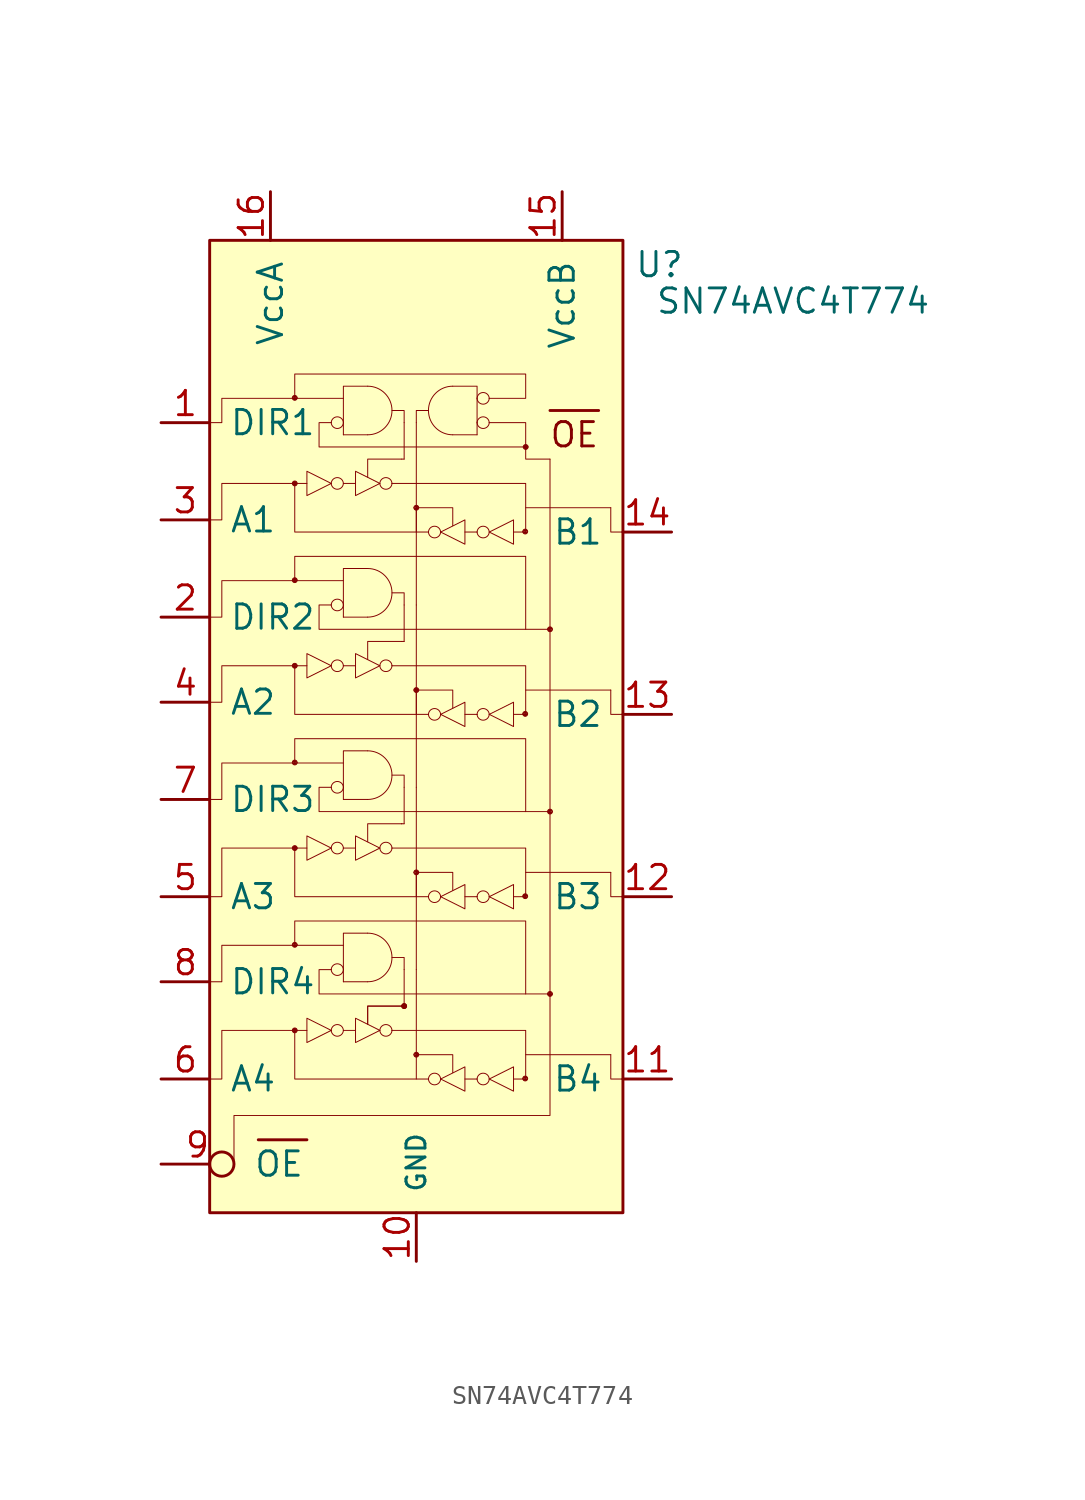
<source format=kicad_sym>
(kicad_symbol_lib
  (version 20211014)
  (generator kicad_symbol_editor)
  (symbol "SN74AVC4T774"
    (pin_names
      (offset 1.016))
    (property "Reference" "U"
      (at 12.7 22.86 0)
      (effects (font (size 1.27 1.27))))
    (property "Value" "SN74AVC4T774"
      (at 19.685 20.955 0)
      (effects (font (size 1.27 1.27))))
    (symbol "SN74AVC4T774_0_0"
      (polyline (pts (xy -9.525 -24.13) (xy -9.525 -21.59) (xy 2.54 -21.59) (xy 6.985 -21.59) (xy 6.985 12.7)) (stroke (width 0.051) (type default) (color 0 0 0 0)) (fill (type none)))
      (text "OE" (at 8.255 13.97 0) (effects (font (size 1.27 1.27)))))
    (symbol "SN74AVC4T774_0_1"
      (rectangle (start -10.795 24.13) (end 10.795 -26.67) (stroke (width 0) (type default) (color 0 0 0 0)) (fill (type background))))
    (symbol "SN74AVC4T774_1_1"
      (arc (start -6.477 -17.145) (mid -6.35 -17.272) (end -6.223 -17.145) (stroke (width 0.0508) (type default) (color 0 0 0 0)) (fill (type outline)))
      (arc (start -6.477 -12.6746) (mid -6.35 -12.8016) (end -6.223 -12.6746) (stroke (width 0.0508) (type default) (color 0 0 0 0)) (fill (type outline)))
      (arc (start -6.477 -7.62) (mid -6.35 -7.747) (end -6.223 -7.62) (stroke (width 0.0508) (type default) (color 0 0 0 0)) (fill (type outline)))
      (arc (start -6.477 -3.1496) (mid -6.35 -3.2766) (end -6.223 -3.1496) (stroke (width 0.0508) (type default) (color 0 0 0 0)) (fill (type outline)))
      (arc (start -6.477 1.905) (mid -6.35 1.778) (end -6.223 1.905) (stroke (width 0.0508) (type default) (color 0 0 0 0)) (fill (type outline)))
      (arc (start -6.477 6.3754) (mid -6.35 6.2484) (end -6.223 6.3754) (stroke (width 0.0508) (type default) (color 0 0 0 0)) (fill (type outline)))
      (arc (start -6.477 11.43) (mid -6.35 11.303) (end -6.223 11.43) (stroke (width 0.0508) (type default) (color 0 0 0 0)) (fill (type outline)))
      (arc (start -6.477 15.9004) (mid -6.35 15.7734) (end -6.223 15.9004) (stroke (width 0.0508) (type default) (color 0 0 0 0)) (fill (type outline)))
      (arc (start -6.223 -17.145) (mid -6.35 -17.018) (end -6.477 -17.145) (stroke (width 0.0508) (type default) (color 0 0 0 0)) (fill (type outline)))
      (arc (start -6.223 -12.6746) (mid -6.35 -12.5476) (end -6.477 -12.6746) (stroke (width 0.0508) (type default) (color 0 0 0 0)) (fill (type outline)))
      (arc (start -6.223 -7.62) (mid -6.35 -7.493) (end -6.477 -7.62) (stroke (width 0.0508) (type default) (color 0 0 0 0)) (fill (type outline)))
      (arc (start -6.223 -3.1496) (mid -6.35 -3.0226) (end -6.477 -3.1496) (stroke (width 0.0508) (type default) (color 0 0 0 0)) (fill (type outline)))
      (arc (start -6.223 1.905) (mid -6.35 2.032) (end -6.477 1.905) (stroke (width 0.0508) (type default) (color 0 0 0 0)) (fill (type outline)))
      (arc (start -6.223 6.3754) (mid -6.35 6.5024) (end -6.477 6.3754) (stroke (width 0.0508) (type default) (color 0 0 0 0)) (fill (type outline)))
      (arc (start -6.223 11.43) (mid -6.35 11.557) (end -6.477 11.43) (stroke (width 0.0508) (type default) (color 0 0 0 0)) (fill (type outline)))
      (arc (start -6.223 15.9004) (mid -6.35 16.0274) (end -6.477 15.9004) (stroke (width 0.0508) (type default) (color 0 0 0 0)) (fill (type outline)))
      (arc (start -4.445 -17.145) (mid -4.1402 -17.4498) (end -3.81 -17.145) (stroke (width 0.0508) (type default) (color 0 0 0 0)) (fill (type none)))
      (arc (start -4.445 -13.97) (mid -4.1402 -14.2748) (end -3.81 -13.97) (stroke (width 0.0508) (type default) (color 0 0 0 0)) (fill (type none)))
      (arc (start -4.445 -7.62) (mid -4.1402 -7.9248) (end -3.81 -7.62) (stroke (width 0.0508) (type default) (color 0 0 0 0)) (fill (type none)))
      (arc (start -4.445 -4.445) (mid -4.1402 -4.7498) (end -3.81 -4.445) (stroke (width 0.0508) (type default) (color 0 0 0 0)) (fill (type none)))
      (arc (start -4.445 1.905) (mid -4.1402 1.6002) (end -3.81 1.905) (stroke (width 0.0508) (type default) (color 0 0 0 0)) (fill (type none)))
      (arc (start -4.445 5.08) (mid -4.1402 4.7752) (end -3.81 5.08) (stroke (width 0.0508) (type default) (color 0 0 0 0)) (fill (type none)))
      (arc (start -4.445 11.43) (mid -4.1402 11.1252) (end -3.81 11.43) (stroke (width 0.0508) (type default) (color 0 0 0 0)) (fill (type none)))
      (arc (start -4.445 14.605) (mid -4.1402 14.3002) (end -3.81 14.605) (stroke (width 0.0508) (type default) (color 0 0 0 0)) (fill (type none)))
      (arc (start -3.81 -17.145) (mid -4.1402 -16.8148) (end -4.445 -17.145) (stroke (width 0.0508) (type default) (color 0 0 0 0)) (fill (type none)))
      (arc (start -3.81 -13.97) (mid -4.1402 -13.6398) (end -4.445 -13.97) (stroke (width 0.0508) (type default) (color 0 0 0 0)) (fill (type none)))
      (arc (start -3.81 -7.62) (mid -4.1402 -7.2898) (end -4.445 -7.62) (stroke (width 0.0508) (type default) (color 0 0 0 0)) (fill (type none)))
      (arc (start -3.81 -4.445) (mid -4.1402 -4.1148) (end -4.445 -4.445) (stroke (width 0.0508) (type default) (color 0 0 0 0)) (fill (type none)))
      (arc (start -3.81 1.905) (mid -4.1402 2.2352) (end -4.445 1.905) (stroke (width 0.0508) (type default) (color 0 0 0 0)) (fill (type none)))
      (arc (start -3.81 5.08) (mid -4.1402 5.4102) (end -4.445 5.08) (stroke (width 0.0508) (type default) (color 0 0 0 0)) (fill (type none)))
      (arc (start -3.81 11.43) (mid -4.1402 11.7602) (end -4.445 11.43) (stroke (width 0.0508) (type default) (color 0 0 0 0)) (fill (type none)))
      (arc (start -3.81 14.605) (mid -4.1402 14.9352) (end -4.445 14.605) (stroke (width 0.0508) (type default) (color 0 0 0 0)) (fill (type none)))
      (arc (start -2.54 -14.605) (mid -1.27 -13.335) (end -2.54 -12.065) (stroke (width 0.0508) (type default) (color 0 0 0 0)) (fill (type none)))
      (arc (start -2.54 -5.08) (mid -1.27 -3.81) (end -2.54 -2.54) (stroke (width 0.0508) (type default) (color 0 0 0 0)) (fill (type none)))
      (arc (start -2.54 4.445) (mid -1.27 5.715) (end -2.54 6.985) (stroke (width 0.0508) (type default) (color 0 0 0 0)) (fill (type none)))
      (arc (start -2.54 13.97) (mid -1.27 15.24) (end -2.54 16.51) (stroke (width 0.0508) (type default) (color 0 0 0 0)) (fill (type none)))
      (arc (start -1.905 -17.145) (mid -1.6002 -17.4498) (end -1.27 -17.145) (stroke (width 0.0508) (type default) (color 0 0 0 0)) (fill (type none)))
      (arc (start -1.905 -7.62) (mid -1.6002 -7.9248) (end -1.27 -7.62) (stroke (width 0.0508) (type default) (color 0 0 0 0)) (fill (type none)))
      (arc (start -1.905 1.905) (mid -1.6002 1.6002) (end -1.27 1.905) (stroke (width 0.0508) (type default) (color 0 0 0 0)) (fill (type none)))
      (arc (start -1.905 11.43) (mid -1.6002 11.1252) (end -1.27 11.43) (stroke (width 0.0508) (type default) (color 0 0 0 0)) (fill (type none)))
      (arc (start -1.27 -17.145) (mid -1.6002 -16.8148) (end -1.905 -17.145) (stroke (width 0.0508) (type default) (color 0 0 0 0)) (fill (type none)))
      (arc (start -1.27 -7.62) (mid -1.6002 -7.2898) (end -1.905 -7.62) (stroke (width 0.0508) (type default) (color 0 0 0 0)) (fill (type none)))
      (arc (start -1.27 1.905) (mid -1.6002 2.2352) (end -1.905 1.905) (stroke (width 0.0508) (type default) (color 0 0 0 0)) (fill (type none)))
      (arc (start -1.27 11.43) (mid -1.6002 11.7602) (end -1.905 11.43) (stroke (width 0.0508) (type default) (color 0 0 0 0)) (fill (type none)))
      (arc (start -0.762 -15.875) (mid -0.762 -15.875) (end -0.762 -15.875) (stroke (width 0.0508) (type default) (color 0 0 0 0)) (fill (type none)))
      (arc (start -0.762 -15.875) (mid -0.762 -15.875) (end -0.762 -15.875) (stroke (width 0.0508) (type default) (color 0 0 0 0)) (fill (type none)))
      (arc (start -0.762 -15.875) (mid -0.762 -15.875) (end -0.762 -15.875) (stroke (width 0.0508) (type default) (color 0 0 0 0)) (fill (type none)))
      (arc (start -0.762 -15.875) (mid -0.635 -16.002) (end -0.508 -15.875) (stroke (width 0.0508) (type default) (color 0 0 0 0)) (fill (type outline)))
      (arc (start -0.762 -15.875) (mid -0.635 -16.002) (end -0.508 -15.875) (stroke (width 0.0508) (type default) (color 0 0 0 0)) (fill (type outline)))
      (arc (start -0.762 -6.35) (mid -0.762 -6.35) (end -0.762 -6.35) (stroke (width 0.0508) (type default) (color 0 0 0 0)) (fill (type none)))
      (arc (start -0.762 -6.35) (mid -0.762 -6.35) (end -0.762 -6.35) (stroke (width 0.0508) (type default) (color 0 0 0 0)) (fill (type none)))
      (arc (start -0.762 3.175) (mid -0.762 3.175) (end -0.762 3.175) (stroke (width 0.0508) (type default) (color 0 0 0 0)) (fill (type none)))
      (arc (start -0.762 12.7) (mid -0.762 12.7) (end -0.762 12.7) (stroke (width 0.0508) (type default) (color 0 0 0 0)) (fill (type none)))
      (arc (start -0.508 -15.875) (mid -0.635 -15.748) (end -0.762 -15.875) (stroke (width 0.0508) (type default) (color 0 0 0 0)) (fill (type outline)))
      (arc (start -0.508 -15.875) (mid -0.635 -15.748) (end -0.762 -15.875) (stroke (width 0.0508) (type default) (color 0 0 0 0)) (fill (type outline)))
      (arc (start -0.127 -18.415) (mid 0 -18.542) (end 0.127 -18.415) (stroke (width 0.0508) (type default) (color 0 0 0 0)) (fill (type outline)))
      (arc (start -0.127 -8.89) (mid 0 -9.017) (end 0.127 -8.89) (stroke (width 0.0508) (type default) (color 0 0 0 0)) (fill (type outline)))
      (arc (start -0.127 0.635) (mid 0 0.508) (end 0.127 0.635) (stroke (width 0.0508) (type default) (color 0 0 0 0)) (fill (type outline)))
      (arc (start -0.127 10.16) (mid 0 10.033) (end 0.127 10.16) (stroke (width 0.0508) (type default) (color 0 0 0 0)) (fill (type outline)))
      (polyline (pts (xy -8.255 -22.86) (xy -5.715 -22.86)) (stroke (width 0) (type default) (color 0 0 0 0)) (fill (type none)))
      (polyline (pts (xy -3.81 -17.145) (xy -3.175 -17.145)) (stroke (width 0.051) (type default) (color 0 0 0 0)) (fill (type none)))
      (polyline (pts (xy -3.81 -14.605) (xy -2.54 -14.605)) (stroke (width 0.051) (type default) (color 0 0 0 0)) (fill (type none)))
      (polyline (pts (xy -3.81 -7.62) (xy -3.175 -7.62)) (stroke (width 0.051) (type default) (color 0 0 0 0)) (fill (type none)))
      (polyline (pts (xy -3.81 -5.08) (xy -2.54 -5.08)) (stroke (width 0.051) (type default) (color 0 0 0 0)) (fill (type none)))
      (polyline (pts (xy -3.81 1.905) (xy -3.175 1.905)) (stroke (width 0.051) (type default) (color 0 0 0 0)) (fill (type none)))
      (polyline (pts (xy -3.81 4.445) (xy -2.54 4.445)) (stroke (width 0.051) (type default) (color 0 0 0 0)) (fill (type none)))
      (polyline (pts (xy -3.81 11.43) (xy -3.175 11.43)) (stroke (width 0.051) (type default) (color 0 0 0 0)) (fill (type none)))
      (polyline (pts (xy -3.81 13.97) (xy -2.54 13.97)) (stroke (width 0.051) (type default) (color 0 0 0 0)) (fill (type none)))
      (polyline (pts (xy -0.635 -13.97) (xy -0.635 -15.875)) (stroke (width 0.051) (type default) (color 0 0 0 0)) (fill (type none)))
      (polyline (pts (xy -0.635 -4.445) (xy -0.635 -6.35)) (stroke (width 0.051) (type default) (color 0 0 0 0)) (fill (type none)))
      (polyline (pts (xy -0.635 5.08) (xy -0.635 3.175)) (stroke (width 0.051) (type default) (color 0 0 0 0)) (fill (type none)))
      (polyline (pts (xy -0.635 14.605) (xy -0.635 12.7)) (stroke (width 0.051) (type default) (color 0 0 0 0)) (fill (type none)))
      (polyline (pts (xy 0 -13.97) (xy 0 -19.685)) (stroke (width 0.051) (type default) (color 0 0 0 0)) (fill (type none)))
      (polyline (pts (xy 0 -4.445) (xy 0 -10.16)) (stroke (width 0.051) (type default) (color 0 0 0 0)) (fill (type none)))
      (polyline (pts (xy 0 5.08) (xy 0 -0.635)) (stroke (width 0.051) (type default) (color 0 0 0 0)) (fill (type none)))
      (polyline (pts (xy 0 14.605) (xy 0 8.89)) (stroke (width 0.051) (type default) (color 0 0 0 0)) (fill (type none)))
      (polyline (pts (xy 3.175 -19.685) (xy 2.54 -19.685)) (stroke (width 0.051) (type default) (color 0 0 0 0)) (fill (type none)))
      (polyline (pts (xy 3.175 -10.16) (xy 2.54 -10.16)) (stroke (width 0.051) (type default) (color 0 0 0 0)) (fill (type none)))
      (polyline (pts (xy 3.175 -0.635) (xy 2.54 -0.635)) (stroke (width 0.051) (type default) (color 0 0 0 0)) (fill (type none)))
      (polyline (pts (xy 3.175 8.89) (xy 2.54 8.89)) (stroke (width 0.051) (type default) (color 0 0 0 0)) (fill (type none)))
      (polyline (pts (xy 3.175 13.97) (xy 1.905 13.97)) (stroke (width 0.051) (type default) (color 0 0 0 0)) (fill (type none)))
      (polyline (pts (xy 6.985 15.24) (xy 9.525 15.24)) (stroke (width 0) (type default) (color 0 0 0 0)) (fill (type none)))
      (polyline (pts (xy -3.81 -14.605) (xy -3.81 -12.065) (xy -2.54 -12.065)) (stroke (width 0.051) (type default) (color 0 0 0 0)) (fill (type none)))
      (polyline (pts (xy -3.81 -5.08) (xy -3.81 -2.54) (xy -2.54 -2.54)) (stroke (width 0.051) (type default) (color 0 0 0 0)) (fill (type none)))
      (polyline (pts (xy -3.81 4.445) (xy -3.81 6.985) (xy -2.54 6.985)) (stroke (width 0.051) (type default) (color 0 0 0 0)) (fill (type none)))
      (polyline (pts (xy -3.81 13.97) (xy -3.81 16.51) (xy -2.54 16.51)) (stroke (width 0.051) (type default) (color 0 0 0 0)) (fill (type none)))
      (polyline (pts (xy -2.54 -16.815) (xy -2.54 -15.875) (xy -0.635 -15.875)) (stroke (width 0.051) (type default) (color 0 0 0 0)) (fill (type none)))
      (polyline (pts (xy -2.54 -16.815) (xy -2.54 -15.875) (xy -0.635 -15.875)) (stroke (width 0.051) (type default) (color 0 0 0 0)) (fill (type none)))
      (polyline (pts (xy -2.54 -7.29) (xy -2.54 -6.35) (xy -0.635 -6.35)) (stroke (width 0.051) (type default) (color 0 0 0 0)) (fill (type none)))
      (polyline (pts (xy -2.54 2.235) (xy -2.54 3.175) (xy -0.635 3.175)) (stroke (width 0.051) (type default) (color 0 0 0 0)) (fill (type none)))
      (polyline (pts (xy -2.54 11.76) (xy -2.54 12.7) (xy -0.635 12.7)) (stroke (width 0.051) (type default) (color 0 0 0 0)) (fill (type none)))
      (polyline (pts (xy -1.27 -17.145) (xy 5.715 -17.145) (xy 5.715 -18.415)) (stroke (width 0.051) (type default) (color 0 0 0 0)) (fill (type none)))
      (polyline (pts (xy -1.27 -7.62) (xy 5.715 -7.62) (xy 5.715 -8.89)) (stroke (width 0.051) (type default) (color 0 0 0 0)) (fill (type none)))
      (polyline (pts (xy -1.27 1.905) (xy 5.715 1.905) (xy 5.715 0.635)) (stroke (width 0.051) (type default) (color 0 0 0 0)) (fill (type none)))
      (polyline (pts (xy -1.27 11.43) (xy 5.715 11.43) (xy 5.715 10.16)) (stroke (width 0.051) (type default) (color 0 0 0 0)) (fill (type none)))
      (polyline (pts (xy -0.635 -13.97) (xy -0.635 -13.335) (xy -1.27 -13.335)) (stroke (width 0.051) (type default) (color 0 0 0 0)) (fill (type none)))
      (polyline (pts (xy -0.635 -4.445) (xy -0.635 -3.81) (xy -1.27 -3.81)) (stroke (width 0.051) (type default) (color 0 0 0 0)) (fill (type none)))
      (polyline (pts (xy -0.635 5.08) (xy -0.635 5.715) (xy -1.27 5.715)) (stroke (width 0.051) (type default) (color 0 0 0 0)) (fill (type none)))
      (polyline (pts (xy -0.635 14.605) (xy -0.635 15.24) (xy -1.27 15.24)) (stroke (width 0.051) (type default) (color 0 0 0 0)) (fill (type none)))
      (polyline (pts (xy 0 -13.97) (xy 0 -13.335) (xy 0 -8.89)) (stroke (width 0.051) (type default) (color 0 0 0 0)) (fill (type none)))
      (polyline (pts (xy 0 -4.445) (xy 0 -3.81) (xy 0 0.635)) (stroke (width 0.051) (type default) (color 0 0 0 0)) (fill (type none)))
      (polyline (pts (xy 0 5.08) (xy 0 5.715) (xy 0 10.16)) (stroke (width 0.051) (type default) (color 0 0 0 0)) (fill (type none)))
      (polyline (pts (xy 0 14.605) (xy 0 15.24) (xy 0.635 15.24)) (stroke (width 0.051) (type default) (color 0 0 0 0)) (fill (type none)))
      (polyline (pts (xy 0.635 -19.685) (xy -6.35 -19.685) (xy -6.35 -17.145)) (stroke (width 0.051) (type default) (color 0 0 0 0)) (fill (type none)))
      (polyline (pts (xy 0.635 -10.16) (xy -6.35 -10.16) (xy -6.35 -7.62)) (stroke (width 0.051) (type default) (color 0 0 0 0)) (fill (type none)))
      (polyline (pts (xy 0.635 -0.635) (xy -6.35 -0.635) (xy -6.35 1.905)) (stroke (width 0.051) (type default) (color 0 0 0 0)) (fill (type none)))
      (polyline (pts (xy 0.635 8.89) (xy -6.35 8.89) (xy -6.35 11.43)) (stroke (width 0.051) (type default) (color 0 0 0 0)) (fill (type none)))
      (polyline (pts (xy 1.905 -19.355) (xy 1.905 -18.415) (xy 0 -18.415)) (stroke (width 0.051) (type default) (color 0 0 0 0)) (fill (type none)))
      (polyline (pts (xy 1.905 -9.83) (xy 1.905 -8.89) (xy 0 -8.89)) (stroke (width 0.051) (type default) (color 0 0 0 0)) (fill (type none)))
      (polyline (pts (xy 1.905 -0.305) (xy 1.905 0.635) (xy 0 0.635)) (stroke (width 0.051) (type default) (color 0 0 0 0)) (fill (type none)))
      (polyline (pts (xy 1.905 9.22) (xy 1.905 10.16) (xy 0 10.16)) (stroke (width 0.051) (type default) (color 0 0 0 0)) (fill (type none)))
      (polyline (pts (xy 3.175 13.97) (xy 3.175 16.51) (xy 1.905 16.51)) (stroke (width 0.051) (type default) (color 0 0 0 0)) (fill (type none)))
      (polyline (pts (xy 10.16 -18.415) (xy 10.16 -19.685) (xy 10.795 -19.685)) (stroke (width 0.051) (type default) (color 0 0 0 0)) (fill (type none)))
      (polyline (pts (xy 10.16 -8.89) (xy 10.16 -10.16) (xy 10.795 -10.16)) (stroke (width 0.051) (type default) (color 0 0 0 0)) (fill (type none)))
      (polyline (pts (xy 10.16 0.635) (xy 10.16 -0.635) (xy 10.795 -0.635)) (stroke (width 0.051) (type default) (color 0 0 0 0)) (fill (type none)))
      (polyline (pts (xy 10.16 10.16) (xy 10.16 8.89) (xy 10.795 8.89)) (stroke (width 0.051) (type default) (color 0 0 0 0)) (fill (type none)))
      (polyline (pts (xy -10.795 -19.685) (xy -10.16 -19.685) (xy -10.16 -17.145) (xy -5.715 -17.145)) (stroke (width 0.051) (type default) (color 0 0 0 0)) (fill (type none)))
      (polyline (pts (xy -10.795 -10.16) (xy -10.16 -10.16) (xy -10.16 -7.62) (xy -5.715 -7.62)) (stroke (width 0.051) (type default) (color 0 0 0 0)) (fill (type none)))
      (polyline (pts (xy -10.795 0) (xy -10.16 0) (xy -10.16 1.905) (xy -5.715 1.905)) (stroke (width 0.051) (type default) (color 0 0 0 0)) (fill (type none)))
      (polyline (pts (xy -10.795 9.525) (xy -10.16 9.525) (xy -10.16 11.43) (xy -5.715 11.43)) (stroke (width 0.051) (type default) (color 0 0 0 0)) (fill (type none)))
      (polyline (pts (xy -5.715 -16.51) (xy -5.715 -17.78) (xy -4.445 -17.145) (xy -5.715 -16.51)) (stroke (width 0.051) (type default) (color 0 0 0 0)) (fill (type none)))
      (polyline (pts (xy -5.715 -6.985) (xy -5.715 -8.255) (xy -4.445 -7.62) (xy -5.715 -6.985)) (stroke (width 0.051) (type default) (color 0 0 0 0)) (fill (type none)))
      (polyline (pts (xy -5.715 2.54) (xy -5.715 1.27) (xy -4.445 1.905) (xy -5.715 2.54)) (stroke (width 0.051) (type default) (color 0 0 0 0)) (fill (type none)))
      (polyline (pts (xy -5.715 12.065) (xy -5.715 10.795) (xy -4.445 11.43) (xy -5.715 12.065)) (stroke (width 0.051) (type default) (color 0 0 0 0)) (fill (type none)))
      (polyline (pts (xy -3.81 -12.7) (xy -10.16 -12.7) (xy -10.16 -14.605) (xy -10.795 -14.605)) (stroke (width 0.051) (type default) (color 0 0 0 0)) (fill (type none)))
      (polyline (pts (xy -3.81 -3.175) (xy -10.16 -3.175) (xy -10.16 -5.08) (xy -10.795 -5.08)) (stroke (width 0.051) (type default) (color 0 0 0 0)) (fill (type none)))
      (polyline (pts (xy -3.81 6.35) (xy -10.16 6.35) (xy -10.16 4.445) (xy -10.795 4.445)) (stroke (width 0.051) (type default) (color 0 0 0 0)) (fill (type none)))
      (polyline (pts (xy -3.81 15.875) (xy -10.16 15.875) (xy -10.16 14.605) (xy -10.795 14.605)) (stroke (width 0.051) (type default) (color 0 0 0 0)) (fill (type none)))
      (polyline (pts (xy -3.175 -16.51) (xy -3.175 -17.78) (xy -1.905 -17.145) (xy -3.175 -16.51)) (stroke (width 0.051) (type default) (color 0 0 0 0)) (fill (type none)))
      (polyline (pts (xy -3.175 -6.985) (xy -3.175 -8.255) (xy -1.905 -7.62) (xy -3.175 -6.985)) (stroke (width 0.051) (type default) (color 0 0 0 0)) (fill (type none)))
      (polyline (pts (xy -3.175 2.54) (xy -3.175 1.27) (xy -1.905 1.905) (xy -3.175 2.54)) (stroke (width 0.051) (type default) (color 0 0 0 0)) (fill (type none)))
      (polyline (pts (xy -3.175 12.065) (xy -3.175 10.795) (xy -1.905 11.43) (xy -3.175 12.065)) (stroke (width 0.051) (type default) (color 0 0 0 0)) (fill (type none)))
      (polyline (pts (xy 2.54 -20.32) (xy 2.54 -19.05) (xy 1.27 -19.685) (xy 2.54 -20.32)) (stroke (width 0.051) (type default) (color 0 0 0 0)) (fill (type none)))
      (polyline (pts (xy 2.54 -10.795) (xy 2.54 -9.525) (xy 1.27 -10.16) (xy 2.54 -10.795)) (stroke (width 0.051) (type default) (color 0 0 0 0)) (fill (type none)))
      (polyline (pts (xy 2.54 -1.27) (xy 2.54 0) (xy 1.27 -0.635) (xy 2.54 -1.27)) (stroke (width 0.051) (type default) (color 0 0 0 0)) (fill (type none)))
      (polyline (pts (xy 2.54 8.255) (xy 2.54 9.525) (xy 1.27 8.89) (xy 2.54 8.255)) (stroke (width 0.051) (type default) (color 0 0 0 0)) (fill (type none)))
      (polyline (pts (xy 5.08 -20.32) (xy 5.08 -19.05) (xy 3.81 -19.685) (xy 5.08 -20.32)) (stroke (width 0.051) (type default) (color 0 0 0 0)) (fill (type none)))
      (polyline (pts (xy 5.08 -10.795) (xy 5.08 -9.525) (xy 3.81 -10.16) (xy 5.08 -10.795)) (stroke (width 0.051) (type default) (color 0 0 0 0)) (fill (type none)))
      (polyline (pts (xy 5.08 -1.27) (xy 5.08 0) (xy 3.81 -0.635) (xy 5.08 -1.27)) (stroke (width 0.051) (type default) (color 0 0 0 0)) (fill (type none)))
      (polyline (pts (xy 5.08 8.255) (xy 5.08 9.525) (xy 3.81 8.89) (xy 5.08 8.255)) (stroke (width 0.051) (type default) (color 0 0 0 0)) (fill (type none)))
      (polyline (pts (xy 5.715 13.335) (xy -5.08 13.335) (xy -5.08 14.605) (xy -4.445 14.605)) (stroke (width 0.051) (type default) (color 0 0 0 0)) (fill (type none)))
      (polyline (pts (xy 6.858 -15.24) (xy -5.08 -15.24) (xy -5.08 -13.97) (xy -4.445 -13.97)) (stroke (width 0.051) (type default) (color 0 0 0 0)) (fill (type none)))
      (polyline (pts (xy 6.985 -5.715) (xy -5.08 -5.715) (xy -5.08 -4.445) (xy -4.445 -4.445)) (stroke (width 0.051) (type default) (color 0 0 0 0)) (fill (type none)))
      (polyline (pts (xy 6.985 3.81) (xy -5.08 3.81) (xy -5.08 5.08) (xy -4.445 5.08)) (stroke (width 0.051) (type default) (color 0 0 0 0)) (fill (type none)))
      (polyline (pts (xy 3.81 14.605) (xy 5.715 14.605) (xy 5.715 13.335) (xy 5.715 12.7) (xy 6.985 12.7)) (stroke (width 0.051) (type default) (color 0 0 0 0)) (fill (type none)))
      (polyline (pts (xy 5.08 -19.685) (xy 5.715 -19.685) (xy 5.715 -18.415) (xy 6.985 -18.415) (xy 10.16 -18.415)) (stroke (width 0.051) (type default) (color 0 0 0 0)) (fill (type none)))
      (polyline (pts (xy 5.08 -10.16) (xy 5.715 -10.16) (xy 5.715 -8.89) (xy 6.35 -8.89) (xy 10.16 -8.89)) (stroke (width 0.051) (type default) (color 0 0 0 0)) (fill (type none)))
      (polyline (pts (xy 5.08 -0.635) (xy 5.715 -0.635) (xy 5.715 0.635) (xy 6.985 0.635) (xy 10.16 0.635)) (stroke (width 0.051) (type default) (color 0 0 0 0)) (fill (type none)))
      (polyline (pts (xy 5.08 8.89) (xy 5.715 8.89) (xy 5.715 10.16) (xy 6.985 10.16) (xy 10.16 10.16)) (stroke (width 0.051) (type default) (color 0 0 0 0)) (fill (type none)))
      (polyline (pts (xy 5.715 -15.24) (xy 5.715 -12.7) (xy 5.715 -11.43) (xy -6.35 -11.43) (xy -6.35 -12.7)) (stroke (width 0.051) (type default) (color 0 0 0 0)) (fill (type none)))
      (polyline (pts (xy 5.715 -5.715) (xy 5.715 -3.175) (xy 5.715 -1.905) (xy -6.35 -1.905) (xy -6.35 -3.175)) (stroke (width 0.051) (type default) (color 0 0 0 0)) (fill (type none)))
      (polyline (pts (xy 3.81 15.875) (xy 5.715 15.875) (xy 5.715 17.145) (xy 0 17.145) (xy -6.35 17.145) (xy -6.35 15.875)) (stroke (width 0.051) (type default) (color 0 0 0 0)) (fill (type none)))
      (polyline (pts (xy 5.715 3.81) (xy 5.715 6.35) (xy 5.715 7.62) (xy -2.54 7.62) (xy -6.35 7.62) (xy -6.35 6.35)) (stroke (width 0.051) (type default) (color 0 0 0 0)) (fill (type none)))
      (arc (start 0.127 -18.415) (mid 0 -18.288) (end -0.127 -18.415) (stroke (width 0.0508) (type default) (color 0 0 0 0)) (fill (type outline)))
      (arc (start 0.127 -8.89) (mid 0 -8.763) (end -0.127 -8.89) (stroke (width 0.0508) (type default) (color 0 0 0 0)) (fill (type outline)))
      (arc (start 0.127 0.635) (mid 0 0.762) (end -0.127 0.635) (stroke (width 0.0508) (type default) (color 0 0 0 0)) (fill (type outline)))
      (arc (start 0.127 10.16) (mid 0 10.287) (end -0.127 10.16) (stroke (width 0.0508) (type default) (color 0 0 0 0)) (fill (type outline)))
      (arc (start 0.635 -19.685) (mid 0.9652 -20.0152) (end 1.27 -19.685) (stroke (width 0.0508) (type default) (color 0 0 0 0)) (fill (type none)))
      (arc (start 0.635 -10.16) (mid 0.9652 -10.4902) (end 1.27 -10.16) (stroke (width 0.0508) (type default) (color 0 0 0 0)) (fill (type none)))
      (arc (start 0.635 -0.635) (mid 0.9652 -0.9652) (end 1.27 -0.635) (stroke (width 0.0508) (type default) (color 0 0 0 0)) (fill (type none)))
      (arc (start 0.635 8.89) (mid 0.9652 8.5598) (end 1.27 8.89) (stroke (width 0.0508) (type default) (color 0 0 0 0)) (fill (type none)))
      (arc (start 1.27 -19.685) (mid 0.9652 -19.3802) (end 0.635 -19.685) (stroke (width 0.0508) (type default) (color 0 0 0 0)) (fill (type none)))
      (arc (start 1.27 -10.16) (mid 0.9652 -9.8552) (end 0.635 -10.16) (stroke (width 0.0508) (type default) (color 0 0 0 0)) (fill (type none)))
      (arc (start 1.27 -0.635) (mid 0.9652 -0.3302) (end 0.635 -0.635) (stroke (width 0.0508) (type default) (color 0 0 0 0)) (fill (type none)))
      (arc (start 1.27 8.89) (mid 0.9652 9.1948) (end 0.635 8.89) (stroke (width 0.0508) (type default) (color 0 0 0 0)) (fill (type none)))
      (arc (start 1.905 16.51) (mid 0.635 15.24) (end 1.905 13.97) (stroke (width 0.0508) (type default) (color 0 0 0 0)) (fill (type none)))
      (arc (start 3.175 -19.685) (mid 3.5052 -20.0152) (end 3.81 -19.685) (stroke (width 0.0508) (type default) (color 0 0 0 0)) (fill (type none)))
      (arc (start 3.175 -10.16) (mid 3.5052 -10.4902) (end 3.81 -10.16) (stroke (width 0.0508) (type default) (color 0 0 0 0)) (fill (type none)))
      (arc (start 3.175 -0.635) (mid 3.5052 -0.9652) (end 3.81 -0.635) (stroke (width 0.0508) (type default) (color 0 0 0 0)) (fill (type none)))
      (arc (start 3.175 8.89) (mid 3.5052 8.5598) (end 3.81 8.89) (stroke (width 0.0508) (type default) (color 0 0 0 0)) (fill (type none)))
      (arc (start 3.175 14.605) (mid 3.5052 14.2748) (end 3.81 14.605) (stroke (width 0.0508) (type default) (color 0 0 0 0)) (fill (type none)))
      (arc (start 3.175 15.875) (mid 3.5052 15.5448) (end 3.81 15.875) (stroke (width 0.0508) (type default) (color 0 0 0 0)) (fill (type none)))
      (arc (start 3.81 -19.685) (mid 3.5052 -19.3802) (end 3.175 -19.685) (stroke (width 0.0508) (type default) (color 0 0 0 0)) (fill (type none)))
      (arc (start 3.81 -10.16) (mid 3.5052 -9.8552) (end 3.175 -10.16) (stroke (width 0.0508) (type default) (color 0 0 0 0)) (fill (type none)))
      (arc (start 3.81 -0.635) (mid 3.5052 -0.3302) (end 3.175 -0.635) (stroke (width 0.0508) (type default) (color 0 0 0 0)) (fill (type none)))
      (arc (start 3.81 8.89) (mid 3.5052 9.1948) (end 3.175 8.89) (stroke (width 0.0508) (type default) (color 0 0 0 0)) (fill (type none)))
      (arc (start 3.81 14.605) (mid 3.5052 14.9098) (end 3.175 14.605) (stroke (width 0.0508) (type default) (color 0 0 0 0)) (fill (type none)))
      (arc (start 3.81 15.875) (mid 3.5052 16.1798) (end 3.175 15.875) (stroke (width 0.0508) (type default) (color 0 0 0 0)) (fill (type none)))
      (arc (start 5.5626 -19.6596) (mid 5.6896 -19.7866) (end 5.8166 -19.6596) (stroke (width 0.0508) (type default) (color 0 0 0 0)) (fill (type outline)))
      (arc (start 5.5626 -10.1346) (mid 5.6896 -10.2616) (end 5.8166 -10.1346) (stroke (width 0.0508) (type default) (color 0 0 0 0)) (fill (type outline)))
      (arc (start 5.5626 -0.6096) (mid 5.6896 -0.7366) (end 5.8166 -0.6096) (stroke (width 0.0508) (type default) (color 0 0 0 0)) (fill (type outline)))
      (arc (start 5.5626 8.9154) (mid 5.6896 8.7884) (end 5.8166 8.9154) (stroke (width 0.0508) (type default) (color 0 0 0 0)) (fill (type outline)))
      (arc (start 5.588 13.335) (mid 5.715 13.208) (end 5.842 13.335) (stroke (width 0.0508) (type default) (color 0 0 0 0)) (fill (type outline)))
      (arc (start 5.8166 -19.6596) (mid 5.6896 -19.5326) (end 5.5626 -19.6596) (stroke (width 0.0508) (type default) (color 0 0 0 0)) (fill (type outline)))
      (arc (start 5.8166 -10.1346) (mid 5.6896 -10.0076) (end 5.5626 -10.1346) (stroke (width 0.0508) (type default) (color 0 0 0 0)) (fill (type outline)))
      (arc (start 5.8166 -0.6096) (mid 5.6896 -0.4826) (end 5.5626 -0.6096) (stroke (width 0.0508) (type default) (color 0 0 0 0)) (fill (type outline)))
      (arc (start 5.8166 8.9154) (mid 5.6896 9.0424) (end 5.5626 8.9154) (stroke (width 0.0508) (type default) (color 0 0 0 0)) (fill (type outline)))
      (arc (start 5.842 13.335) (mid 5.715 13.462) (end 5.588 13.335) (stroke (width 0.0508) (type default) (color 0 0 0 0)) (fill (type outline)))
      (arc (start 6.858 -15.24) (mid 6.985 -15.367) (end 7.112 -15.24) (stroke (width 0.0508) (type default) (color 0 0 0 0)) (fill (type outline)))
      (arc (start 6.858 -5.715) (mid 6.985 -5.842) (end 7.112 -5.715) (stroke (width 0.0508) (type default) (color 0 0 0 0)) (fill (type outline)))
      (arc (start 6.858 3.81) (mid 6.985 3.683) (end 7.112 3.81) (stroke (width 0.0508) (type default) (color 0 0 0 0)) (fill (type outline)))
      (arc (start 7.112 -15.24) (mid 6.985 -15.113) (end 6.858 -15.24) (stroke (width 0.0508) (type default) (color 0 0 0 0)) (fill (type outline)))
      (arc (start 7.112 -5.715) (mid 6.985 -5.588) (end 6.858 -5.715) (stroke (width 0.0508) (type default) (color 0 0 0 0)) (fill (type outline)))
      (arc (start 7.112 3.81) (mid 6.985 3.937) (end 6.858 3.81) (stroke (width 0.0508) (type default) (color 0 0 0 0)) (fill (type outline)))
      (pin input line (at -13.335 14.605 0) (length 2.54) (name "DIR1" (effects (font (size 1.27 1.27)))) (number "1" (effects (font (size 1.27 1.27)))))
      (pin power_in line (at 0 -29.21 90) (length 2.54) (name "GND" (effects (font (size 0.991 0.991)))) (number "10" (effects (font (size 1.27 1.27)))))
      (pin bidirectional line (at 13.335 -19.685 180) (length 2.54) (name "B4" (effects (font (size 1.27 1.27)))) (number "11" (effects (font (size 1.27 1.27)))))
      (pin bidirectional line (at 13.335 -10.16 180) (length 2.54) (name "B3" (effects (font (size 1.27 1.27)))) (number "12" (effects (font (size 1.27 1.27)))))
      (pin bidirectional line (at 13.335 -0.635 180) (length 2.54) (name "B2" (effects (font (size 1.27 1.27)))) (number "13" (effects (font (size 1.27 1.27)))))
      (pin bidirectional line (at 13.335 8.89 180) (length 2.54) (name "B1" (effects (font (size 1.27 1.27)))) (number "14" (effects (font (size 1.27 1.27)))))
      (pin power_in line (at 7.62 26.67 270) (length 2.54) (name "VccB" (effects (font (size 1.27 1.27)))) (number "15" (effects (font (size 1.27 1.27)))))
      (pin power_in line (at -7.62 26.67 270) (length 2.54) (name "VccA" (effects (font (size 1.27 1.27)))) (number "16" (effects (font (size 1.27 1.27)))))
      (pin input line (at -13.335 4.445 0) (length 2.54) (name "DIR2" (effects (font (size 1.27 1.27)))) (number "2" (effects (font (size 1.27 1.27)))))
      (pin bidirectional line (at -13.335 9.525 0) (length 2.54) (name "A1" (effects (font (size 1.27 1.27)))) (number "3" (effects (font (size 1.27 1.27)))))
      (pin bidirectional line (at -13.335 0 0) (length 2.54) (name "A2" (effects (font (size 1.27 1.27)))) (number "4" (effects (font (size 1.27 1.27)))))
      (pin bidirectional line (at -13.335 -10.16 0) (length 2.54) (name "A3" (effects (font (size 1.27 1.27)))) (number "5" (effects (font (size 1.27 1.27)))))
      (pin bidirectional line (at -13.335 -19.685 0) (length 2.54) (name "A4" (effects (font (size 1.27 1.27)))) (number "6" (effects (font (size 1.27 1.27)))))
      (pin input line (at -13.335 -5.08 0) (length 2.54) (name "DIR3" (effects (font (size 1.27 1.27)))) (number "7" (effects (font (size 1.27 1.27)))))
      (pin input line (at -13.335 -14.605 0) (length 2.54) (name "DIR4" (effects (font (size 1.27 1.27)))) (number "8" (effects (font (size 1.27 1.27)))))
      (pin input inverted (at -13.335 -24.13 0) (length 3.81) (name "OE" (effects (font (size 1.27 1.27)))) (number "9" (effects (font (size 1.27 1.27))))))))
</source>
